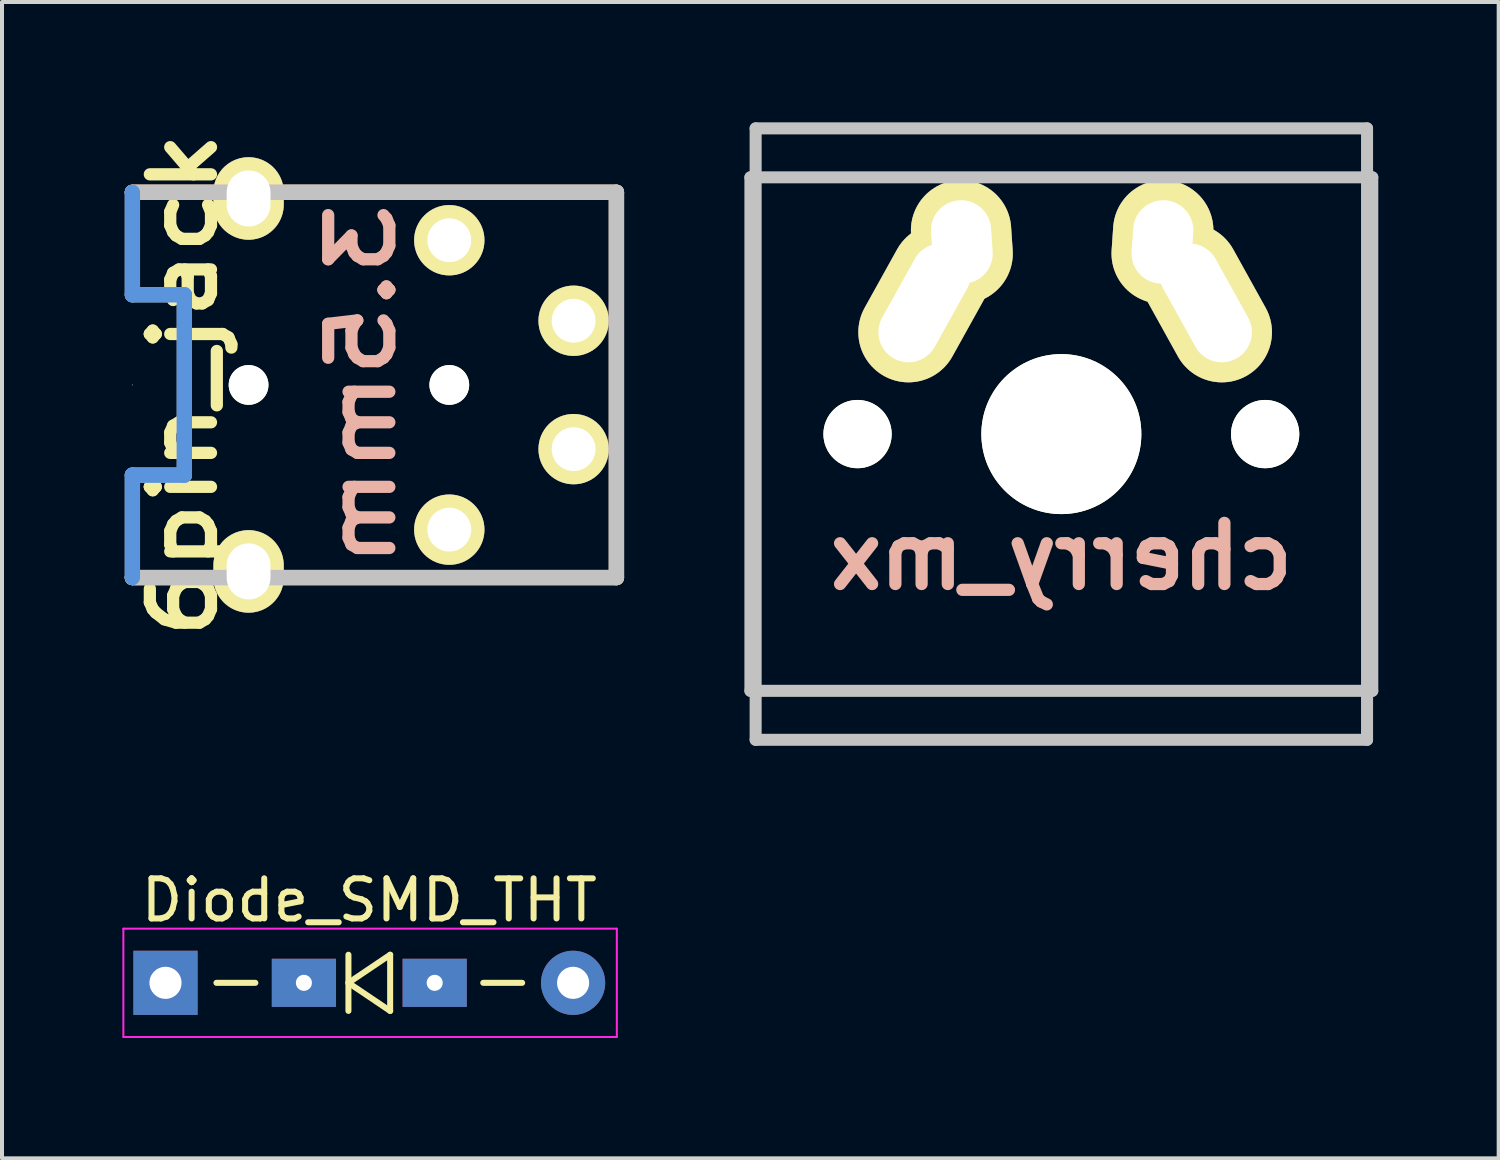
<source format=kicad_pcb>
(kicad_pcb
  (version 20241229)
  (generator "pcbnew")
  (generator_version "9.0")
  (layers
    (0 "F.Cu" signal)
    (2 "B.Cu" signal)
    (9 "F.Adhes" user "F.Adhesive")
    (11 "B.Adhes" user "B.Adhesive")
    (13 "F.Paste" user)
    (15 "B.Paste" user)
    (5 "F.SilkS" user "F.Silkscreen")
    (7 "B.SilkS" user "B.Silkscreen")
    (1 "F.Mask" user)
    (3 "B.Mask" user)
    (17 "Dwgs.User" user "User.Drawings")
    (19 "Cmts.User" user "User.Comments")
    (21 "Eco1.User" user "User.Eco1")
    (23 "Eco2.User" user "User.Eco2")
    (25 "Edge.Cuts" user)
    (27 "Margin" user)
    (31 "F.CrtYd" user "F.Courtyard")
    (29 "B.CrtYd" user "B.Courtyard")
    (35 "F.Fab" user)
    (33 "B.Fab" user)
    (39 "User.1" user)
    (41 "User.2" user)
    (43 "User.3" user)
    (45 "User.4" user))
  (footprint "Diode_SMD_THT"
    (layer "F.Cu")
    (at 1.075 21.448)
    (property "Reference" "Diode_SMD_THT" (at 5.08 -2.06 0) (layer "F.SilkS") (effects (font (size 1 1) (thickness 0.15))))
    (attr through_hole)
    (fp_line (start 1.27 0) (end 2.24 0) (stroke (width 0.15) (type solid)) (layer "F.SilkS"))
    (fp_line (start 4.56 0) (end 5.6 -0.7) (stroke (width 0.15) (type solid)) (layer "F.SilkS"))
    (fp_line (start 4.56 0.7) (end 4.56 -0.7) (stroke (width 0.15) (type solid)) (layer "F.SilkS"))
    (fp_line (start 5.6 -0.7) (end 5.6 0.7) (stroke (width 0.15) (type solid)) (layer "F.SilkS"))
    (fp_line (start 5.6 0.7) (end 4.56 0) (stroke (width 0.15) (type solid)) (layer "F.SilkS"))
    (fp_line (start 7.92 0) (end 8.89 0) (stroke (width 0.15) (type solid)) (layer "F.SilkS"))
    (fp_line (start -1.05 -1.35) (end -1.05 1.35) (stroke (width 0.05) (type solid)) (layer "F.CrtYd"))
    (fp_line (start -1.05 1.35) (end 11.25 1.35) (stroke (width 0.05) (type solid)) (layer "F.CrtYd"))
    (fp_line (start 11.25 -1.35) (end -1.05 -1.35) (stroke (width 0.05) (type solid)) (layer "F.CrtYd"))
    (fp_line (start 11.25 1.35) (end 11.25 -1.35) (stroke (width 0.05) (type solid)) (layer "F.CrtYd"))
    (pad "1" thru_hole rect (at 0 0) (size 1.6 1.6) (drill 0.8) (layers "*.Cu" "*.Mask"))
    (pad "1" thru_hole rect (at 3.45 0) (size 1.6 1.2) (drill 0.4) (layers "*.Cu" "*.Mask"))
    (pad "2" thru_hole rect (at 6.71 0) (size 1.6 1.2) (drill 0.4) (layers "*.Cu" "*.Mask"))
    (pad "2" thru_hole oval (at 10.16 0) (size 1.6 1.6) (drill 0.8) (layers "*.Cu" "*.Mask")))
  (footprint "6pin_jack"
    (layer "F.Cu")
    (at 0.25 6.545)
    (property "Reference" "6pin_jack" (at 1.27 0 90) (layer "F.SilkS") (effects (font (size 1.524 1.778) (thickness 0.305))))
    (attr through_hole)
    (fp_line (start 0 -4.801) (end 12.065 -4.801) (stroke (width 0.381) (type solid)) (layer "F.SilkS"))
    (fp_line (start 12.065 -4.801) (end 12.065 4.801) (stroke (width 0.381) (type solid)) (layer "F.SilkS"))
    (fp_line (start 12.065 4.801) (end 0 4.801) (stroke (width 0.381) (type solid)) (layer "F.SilkS"))
    (fp_line (start 0 -4.801) (end 12.065 -4.801) (stroke (width 0.381) (type solid)) (layer "B.SilkS"))
    (fp_line (start 12.065 -4.801) (end 12.065 4.801) (stroke (width 0.381) (type solid)) (layer "B.SilkS"))
    (fp_line (start 12.065 4.801) (end 0 4.801) (stroke (width 0.381) (type solid)) (layer "B.SilkS"))
    (fp_line (start 0 -4.801) (end 0 -2.248) (stroke (width 0.381) (type solid)) (layer "Dwgs.User"))
    (fp_line (start 0 -2.248) (end 1.295 -2.248) (stroke (width 0.381) (type solid)) (layer "Dwgs.User"))
    (fp_line (start 0 0) (end 0 0) (stroke (width 0.025) (type solid)) (layer "Dwgs.User"))
    (fp_line (start 0 2.248) (end 0 4.801) (stroke (width 0.381) (type solid)) (layer "Dwgs.User"))
    (fp_line (start 0 4.801) (end 12.065 4.801) (stroke (width 0.381) (type solid)) (layer "Dwgs.User"))
    (fp_line (start 1.295 -2.248) (end 1.295 2.248) (stroke (width 0.381) (type solid)) (layer "Dwgs.User"))
    (fp_line (start 1.295 2.248) (end 0 2.248) (stroke (width 0.381) (type solid)) (layer "Dwgs.User"))
    (fp_line (start 12.065 -4.801) (end 0 -4.801) (stroke (width 0.381) (type solid)) (layer "Dwgs.User"))
    (fp_line (start 12.065 4.801) (end 12.065 -4.801) (stroke (width 0.381) (type solid)) (layer "Dwgs.User"))
    (fp_line (start 0 -2.248) (end 0 -4.801) (stroke (width 0.381) (type solid)) (layer "Cmts.User"))
    (fp_line (start 0 -2.248) (end 1.295 -2.248) (stroke (width 0.381) (type solid)) (layer "Cmts.User"))
    (fp_line (start 0 4.801) (end 0 2.248) (stroke (width 0.381) (type solid)) (layer "Cmts.User"))
    (fp_line (start 1.295 -2.248) (end 1.295 2.248) (stroke (width 0.381) (type solid)) (layer "Cmts.User"))
    (fp_line (start 1.295 2.248) (end 0 2.248) (stroke (width 0.381) (type solid)) (layer "Cmts.User"))
    (fp_text user "3.5mm" (at 5.715 0 90) (layer "B.SilkS") (effects (font (size 1.524 1.778) (thickness 0.305)) (justify mirror)))
    (pad "" np_thru_hole circle (at 2.896 0) (size 0.991 0.991) (drill 0.991) (layers "*.Cu" "*.Mask" "F.SilkS"))
    (pad "" np_thru_hole circle (at 7.899 0) (size 0.991 0.991) (drill 0.991) (layers "*.Cu" "*.Mask" "F.SilkS"))
    (pad "1" thru_hole oval (at 2.896 -4.648) (size 1.753 2.057) (drill oval 1.092 1.397) (layers "*.Cu" "*.Mask" "F.SilkS"))
    (pad "2" thru_hole circle (at 7.899 3.607) (size 1.753 1.753) (drill 1.092) (layers "*.Cu" "*.Mask" "F.SilkS"))
    (pad "3" thru_hole circle (at 10.998 -1.6) (size 1.753 1.753) (drill 1.092) (layers "*.Cu" "*.Mask" "F.SilkS"))
    (pad "4" thru_hole oval (at 2.896 4.648) (size 1.753 2.057) (drill oval 1.092 1.397) (layers "*.Cu" "*.Mask" "F.SilkS"))
    (pad "5" thru_hole circle (at 10.998 1.6) (size 1.753 1.753) (drill 1.092) (layers "*.Cu" "*.Mask" "F.SilkS"))
    (pad "6" thru_hole circle (at 7.899 -3.607) (size 1.753 1.753) (drill 1.092) (layers "*.Cu" "*.Mask" "F.SilkS")))
  (footprint "cherry_mx"
    (layer "F.Cu")
    (at 23.405 7.77)
    (property "Reference" "cherry_mx" (at 0 3.048 0) (layer "B.SilkS") (effects (font (size 1.524 1.524) (thickness 0.305)) (justify mirror)))
    (attr through_hole)
    (fp_line (start -7.75 6.4) (end -7.75 -6.4) (stroke (width 0.3) (type solid)) (layer "Dwgs.User"))
    (fp_line (start -7.75 6.4) (end 7.75 6.4) (stroke (width 0.3) (type solid)) (layer "Dwgs.User"))
    (fp_line (start -7.62 -7.62) (end 7.62 -7.62) (stroke (width 0.3) (type solid)) (layer "Dwgs.User"))
    (fp_line (start -7.62 7.62) (end -7.62 -7.62) (stroke (width 0.3) (type solid)) (layer "Dwgs.User"))
    (fp_line (start 7.62 -7.62) (end 7.62 7.62) (stroke (width 0.3) (type solid)) (layer "Dwgs.User"))
    (fp_line (start 7.62 7.62) (end -7.62 7.62) (stroke (width 0.3) (type solid)) (layer "Dwgs.User"))
    (fp_line (start 7.75 -6.4) (end -7.75 -6.4) (stroke (width 0.3) (type solid)) (layer "Dwgs.User"))
    (fp_line (start 7.75 6.4) (end 7.75 -6.4) (stroke (width 0.3) (type solid)) (layer "Dwgs.User"))
    (pad "" np_thru_hole circle (at -5.08 0) (size 1.702 1.702) (drill 1.702) (layers "*.Cu" "*.Mask" "F.SilkS"))
    (pad "" np_thru_hole circle (at 0 0) (size 3.988 3.988) (drill 3.988) (layers "*.Cu" "*.Mask" "F.SilkS"))
    (pad "" np_thru_hole circle (at 5.08 0) (size 1.702 1.702) (drill 1.702) (layers "*.Cu" "*.Mask" "F.SilkS"))
    (pad "1" thru_hole oval (at -3.405 -3.27 330.95) (size 2.5 4.17) (drill oval 1.5 3.17) (layers "*.Cu" "*.Mask" "F.SilkS"))
    (pad "1" thru_hole oval (at -2.48 -4.79 3.9) (size 2.5 3.08) (drill oval 1.5 2.08) (layers "*.Cu" "*.Mask" "F.SilkS"))
    (pad "2" thru_hole oval (at 2.52 -4.79 356.1) (size 2.5 3.08) (drill oval 1.5 2.08) (layers "*.Cu" "*.Mask" "F.SilkS"))
    (pad "2" thru_hole oval (at 3.595 -3.27 29) (size 2.5 4.17) (drill oval 1.5 3.17) (layers "*.Cu" "*.Mask" "F.SilkS")))
  (gr_rect
    (start -3 -3)
    (end 34.306 25.823)
    (stroke (width 0.1) (type default))
    (fill no)
    (layer "Edge.Cuts")))
</source>
